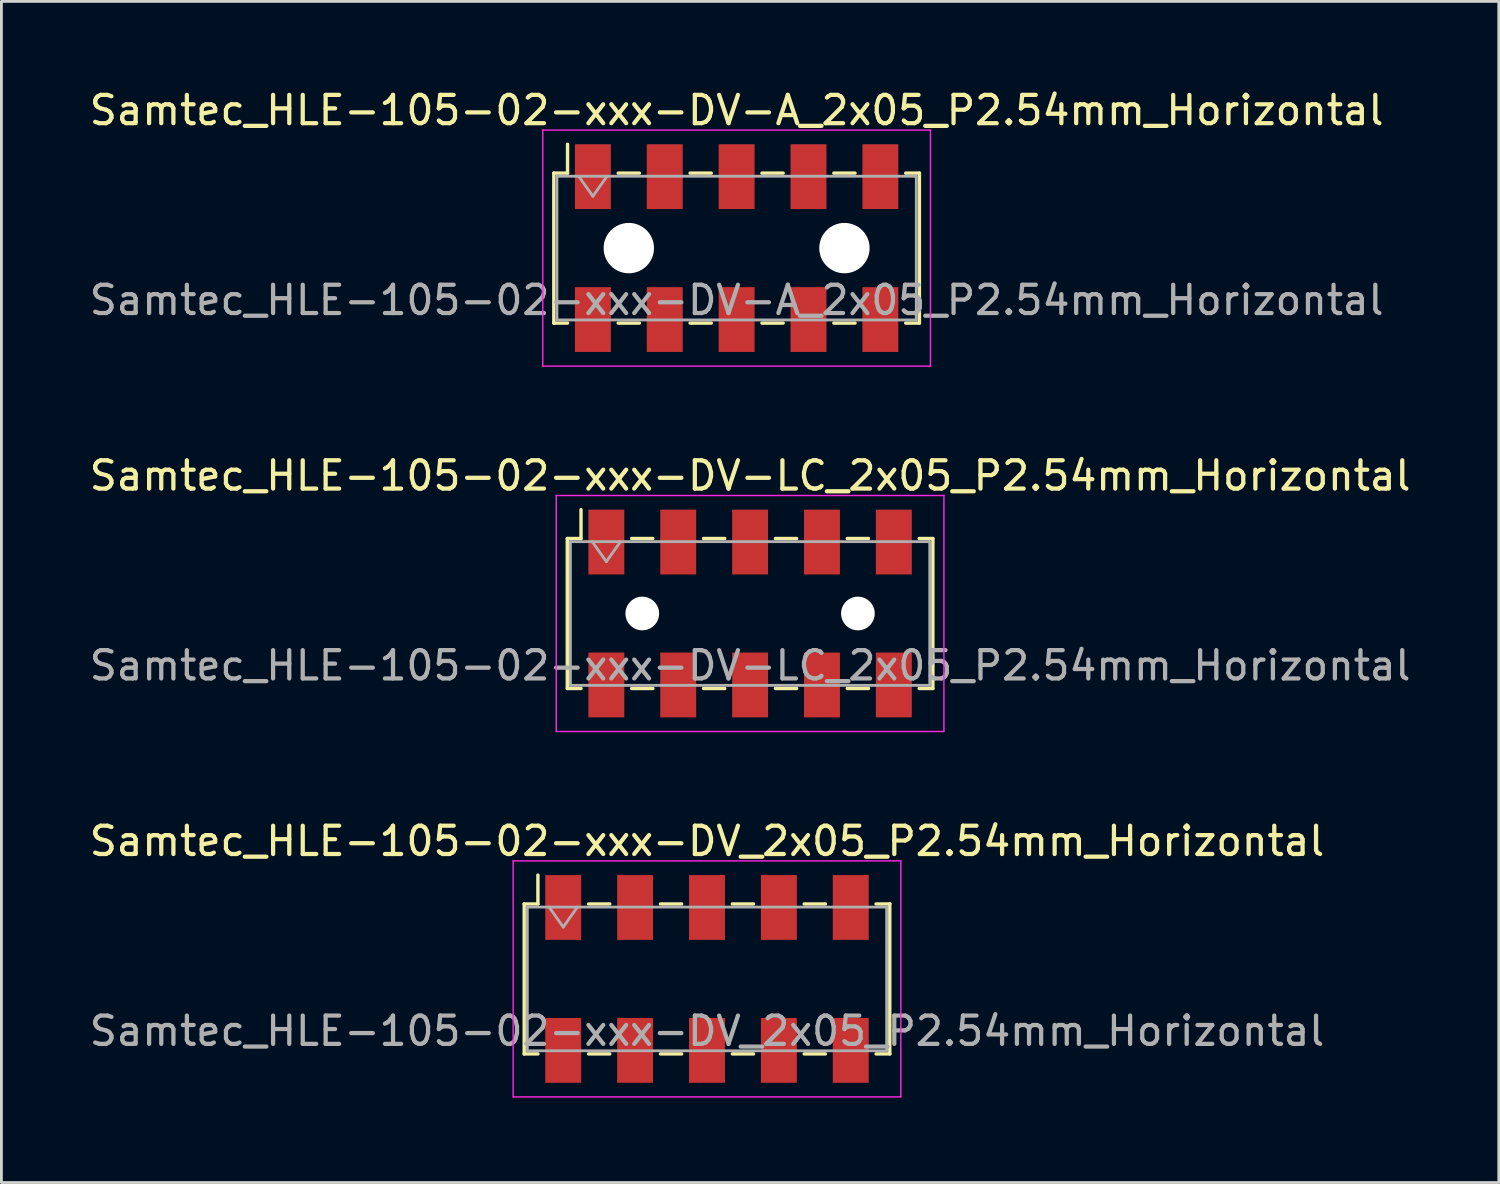
<source format=kicad_pcb>
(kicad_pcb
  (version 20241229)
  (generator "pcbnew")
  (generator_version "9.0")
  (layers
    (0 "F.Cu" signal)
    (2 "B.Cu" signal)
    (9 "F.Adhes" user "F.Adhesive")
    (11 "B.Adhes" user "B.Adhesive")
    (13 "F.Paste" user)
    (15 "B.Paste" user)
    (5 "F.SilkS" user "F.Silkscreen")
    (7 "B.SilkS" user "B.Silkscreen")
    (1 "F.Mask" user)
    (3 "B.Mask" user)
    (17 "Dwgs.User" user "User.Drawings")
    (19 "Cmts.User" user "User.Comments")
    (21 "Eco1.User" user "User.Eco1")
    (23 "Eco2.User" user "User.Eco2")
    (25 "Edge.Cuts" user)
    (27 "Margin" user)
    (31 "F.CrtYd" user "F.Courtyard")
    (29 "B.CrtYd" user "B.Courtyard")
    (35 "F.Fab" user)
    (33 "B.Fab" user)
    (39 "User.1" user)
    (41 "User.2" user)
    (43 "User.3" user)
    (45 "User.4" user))
  (footprint "Samtec_HLE-105-02-xxx-DV_2x05_P2.54mm_Horizontal"
    (layer "F.Cu")
    (at 21.935 31.545)
    (property "Reference" "Samtec_HLE-105-02-xxx-DV_2x05_P2.54mm_Horizontal" (at 0 -4.87 0) (layer "F.SilkS") (effects (font (size 1 1) (thickness 0.15))))
    (attr smd)
    (fp_line (start -6.46 -2.65) (end -6.46 2.65) (stroke (width 0.12) (type solid)) (layer "F.SilkS"))
    (fp_line (start -6.46 2.65) (end -5.975 2.65) (stroke (width 0.12) (type solid)) (layer "F.SilkS"))
    (fp_line (start -5.975 -3.67) (end -5.975 -2.65) (stroke (width 0.12) (type solid)) (layer "F.SilkS"))
    (fp_line (start -5.975 -2.65) (end -6.46 -2.65) (stroke (width 0.12) (type solid)) (layer "F.SilkS"))
    (fp_line (start -4.185 -2.65) (end -3.435 -2.65) (stroke (width 0.12) (type solid)) (layer "F.SilkS"))
    (fp_line (start -4.185 2.65) (end -3.435 2.65) (stroke (width 0.12) (type solid)) (layer "F.SilkS"))
    (fp_line (start -1.645 -2.65) (end -0.895 -2.65) (stroke (width 0.12) (type solid)) (layer "F.SilkS"))
    (fp_line (start -1.645 2.65) (end -0.895 2.65) (stroke (width 0.12) (type solid)) (layer "F.SilkS"))
    (fp_line (start 0.895 -2.65) (end 1.645 -2.65) (stroke (width 0.12) (type solid)) (layer "F.SilkS"))
    (fp_line (start 0.895 2.65) (end 1.645 2.65) (stroke (width 0.12) (type solid)) (layer "F.SilkS"))
    (fp_line (start 3.435 -2.65) (end 4.185 -2.65) (stroke (width 0.12) (type solid)) (layer "F.SilkS"))
    (fp_line (start 3.435 2.65) (end 4.185 2.65) (stroke (width 0.12) (type solid)) (layer "F.SilkS"))
    (fp_line (start 5.975 -2.65) (end 6.46 -2.65) (stroke (width 0.12) (type solid)) (layer "F.SilkS"))
    (fp_line (start 6.46 -2.65) (end 6.46 2.65) (stroke (width 0.12) (type solid)) (layer "F.SilkS"))
    (fp_line (start 6.46 2.65) (end 5.975 2.65) (stroke (width 0.12) (type solid)) (layer "F.SilkS"))
    (fp_line (start -6.85 -4.17) (end 6.85 -4.17) (stroke (width 0.05) (type solid)) (layer "F.CrtYd"))
    (fp_line (start -6.85 4.17) (end -6.85 -4.17) (stroke (width 0.05) (type solid)) (layer "F.CrtYd"))
    (fp_line (start 6.85 -4.17) (end 6.85 4.17) (stroke (width 0.05) (type solid)) (layer "F.CrtYd"))
    (fp_line (start 6.85 4.17) (end -6.85 4.17) (stroke (width 0.05) (type solid)) (layer "F.CrtYd"))
    (fp_line (start -6.35 -2.54) (end 6.35 -2.54) (stroke (width 0.1) (type solid)) (layer "F.Fab"))
    (fp_line (start -6.35 2.54) (end -6.35 -2.54) (stroke (width 0.1) (type solid)) (layer "F.Fab"))
    (fp_line (start -5.58 -2.54) (end -5.08 -1.833) (stroke (width 0.1) (type solid)) (layer "F.Fab"))
    (fp_line (start -5.08 -1.833) (end -4.58 -2.54) (stroke (width 0.1) (type solid)) (layer "F.Fab"))
    (fp_line (start 6.35 -2.54) (end 6.35 2.54) (stroke (width 0.1) (type solid)) (layer "F.Fab"))
    (fp_line (start 6.35 2.54) (end -6.35 2.54) (stroke (width 0.1) (type solid)) (layer "F.Fab"))
    (fp_text user "${REFERENCE}" (at 0 1.84 0) (layer "F.Fab") (effects (font (size 1 1) (thickness 0.15))))
    (pad "1" smd rect (at -5.08 -2.525) (size 1.27 2.29) (layers "F.Cu" "F.Mask" "F.Paste"))
    (pad "2" smd rect (at -5.08 2.525) (size 1.27 2.29) (layers "F.Cu" "F.Mask" "F.Paste"))
    (pad "3" smd rect (at -2.54 -2.525) (size 1.27 2.29) (layers "F.Cu" "F.Mask" "F.Paste"))
    (pad "4" smd rect (at -2.54 2.525) (size 1.27 2.29) (layers "F.Cu" "F.Mask" "F.Paste"))
    (pad "5" smd rect (at 0 -2.525) (size 1.27 2.29) (layers "F.Cu" "F.Mask" "F.Paste"))
    (pad "6" smd rect (at 0 2.525) (size 1.27 2.29) (layers "F.Cu" "F.Mask" "F.Paste"))
    (pad "7" smd rect (at 2.54 -2.525) (size 1.27 2.29) (layers "F.Cu" "F.Mask" "F.Paste"))
    (pad "8" smd rect (at 2.54 2.525) (size 1.27 2.29) (layers "F.Cu" "F.Mask" "F.Paste"))
    (pad "9" smd rect (at 5.08 -2.525) (size 1.27 2.29) (layers "F.Cu" "F.Mask" "F.Paste"))
    (pad "10" smd rect (at 5.08 2.525) (size 1.27 2.29) (layers "F.Cu" "F.Mask" "F.Paste")))
  (footprint "Samtec_HLE-105-02-xxx-DV-A_2x05_P2.54mm_Horizontal"
    (layer "F.Cu")
    (at 22.982 5.718)
    (property "Reference" "Samtec_HLE-105-02-xxx-DV-A_2x05_P2.54mm_Horizontal" (at 0 -4.87 0) (layer "F.SilkS") (effects (font (size 1 1) (thickness 0.15))))
    (attr smd)
    (fp_line (start -6.46 -2.65) (end -6.46 2.65) (stroke (width 0.12) (type solid)) (layer "F.SilkS"))
    (fp_line (start -6.46 2.65) (end -5.975 2.65) (stroke (width 0.12) (type solid)) (layer "F.SilkS"))
    (fp_line (start -5.975 -3.67) (end -5.975 -2.65) (stroke (width 0.12) (type solid)) (layer "F.SilkS"))
    (fp_line (start -5.975 -2.65) (end -6.46 -2.65) (stroke (width 0.12) (type solid)) (layer "F.SilkS"))
    (fp_line (start -4.185 -2.65) (end -3.435 -2.65) (stroke (width 0.12) (type solid)) (layer "F.SilkS"))
    (fp_line (start -4.185 2.65) (end -3.435 2.65) (stroke (width 0.12) (type solid)) (layer "F.SilkS"))
    (fp_line (start -1.645 -2.65) (end -0.895 -2.65) (stroke (width 0.12) (type solid)) (layer "F.SilkS"))
    (fp_line (start -1.645 2.65) (end -0.895 2.65) (stroke (width 0.12) (type solid)) (layer "F.SilkS"))
    (fp_line (start 0.895 -2.65) (end 1.645 -2.65) (stroke (width 0.12) (type solid)) (layer "F.SilkS"))
    (fp_line (start 0.895 2.65) (end 1.645 2.65) (stroke (width 0.12) (type solid)) (layer "F.SilkS"))
    (fp_line (start 3.435 -2.65) (end 4.185 -2.65) (stroke (width 0.12) (type solid)) (layer "F.SilkS"))
    (fp_line (start 3.435 2.65) (end 4.185 2.65) (stroke (width 0.12) (type solid)) (layer "F.SilkS"))
    (fp_line (start 5.975 -2.65) (end 6.46 -2.65) (stroke (width 0.12) (type solid)) (layer "F.SilkS"))
    (fp_line (start 6.46 -2.65) (end 6.46 2.65) (stroke (width 0.12) (type solid)) (layer "F.SilkS"))
    (fp_line (start 6.46 2.65) (end 5.975 2.65) (stroke (width 0.12) (type solid)) (layer "F.SilkS"))
    (fp_line (start -6.85 -4.17) (end 6.85 -4.17) (stroke (width 0.05) (type solid)) (layer "F.CrtYd"))
    (fp_line (start -6.85 4.17) (end -6.85 -4.17) (stroke (width 0.05) (type solid)) (layer "F.CrtYd"))
    (fp_line (start 6.85 -4.17) (end 6.85 4.17) (stroke (width 0.05) (type solid)) (layer "F.CrtYd"))
    (fp_line (start 6.85 4.17) (end -6.85 4.17) (stroke (width 0.05) (type solid)) (layer "F.CrtYd"))
    (fp_line (start -6.35 -2.54) (end 6.35 -2.54) (stroke (width 0.1) (type solid)) (layer "F.Fab"))
    (fp_line (start -6.35 2.54) (end -6.35 -2.54) (stroke (width 0.1) (type solid)) (layer "F.Fab"))
    (fp_line (start -5.58 -2.54) (end -5.08 -1.833) (stroke (width 0.1) (type solid)) (layer "F.Fab"))
    (fp_line (start -5.08 -1.833) (end -4.58 -2.54) (stroke (width 0.1) (type solid)) (layer "F.Fab"))
    (fp_line (start 6.35 -2.54) (end 6.35 2.54) (stroke (width 0.1) (type solid)) (layer "F.Fab"))
    (fp_line (start 6.35 2.54) (end -6.35 2.54) (stroke (width 0.1) (type solid)) (layer "F.Fab"))
    (fp_text user "${REFERENCE}" (at 0 1.84 0) (layer "F.Fab") (effects (font (size 1 1) (thickness 0.15))))
    (pad "" np_thru_hole circle (at -3.81 0) (size 1.78 1.78) (drill 1.78) (layers "*.Cu" "*.Mask"))
    (pad "" np_thru_hole circle (at 3.81 0) (size 1.78 1.78) (drill 1.78) (layers "*.Cu" "*.Mask"))
    (pad "1" smd rect (at -5.08 -2.525) (size 1.27 2.29) (layers "F.Cu" "F.Mask" "F.Paste"))
    (pad "2" smd rect (at -5.08 2.525) (size 1.27 2.29) (layers "F.Cu" "F.Mask" "F.Paste"))
    (pad "3" smd rect (at -2.54 -2.525) (size 1.27 2.29) (layers "F.Cu" "F.Mask" "F.Paste"))
    (pad "4" smd rect (at -2.54 2.525) (size 1.27 2.29) (layers "F.Cu" "F.Mask" "F.Paste"))
    (pad "5" smd rect (at 0 -2.525) (size 1.27 2.29) (layers "F.Cu" "F.Mask" "F.Paste"))
    (pad "6" smd rect (at 0 2.525) (size 1.27 2.29) (layers "F.Cu" "F.Mask" "F.Paste"))
    (pad "7" smd rect (at 2.54 -2.525) (size 1.27 2.29) (layers "F.Cu" "F.Mask" "F.Paste"))
    (pad "8" smd rect (at 2.54 2.525) (size 1.27 2.29) (layers "F.Cu" "F.Mask" "F.Paste"))
    (pad "9" smd rect (at 5.08 -2.525) (size 1.27 2.29) (layers "F.Cu" "F.Mask" "F.Paste"))
    (pad "10" smd rect (at 5.08 2.525) (size 1.27 2.29) (layers "F.Cu" "F.Mask" "F.Paste")))
  (footprint "Samtec_HLE-105-02-xxx-DV-LC_2x05_P2.54mm_Horizontal"
    (layer "F.Cu")
    (at 23.458 18.631)
    (property "Reference" "Samtec_HLE-105-02-xxx-DV-LC_2x05_P2.54mm_Horizontal" (at 0 -4.87 0) (layer "F.SilkS") (effects (font (size 1 1) (thickness 0.15))))
    (attr smd)
    (fp_line (start -6.46 -2.65) (end -6.46 2.65) (stroke (width 0.12) (type solid)) (layer "F.SilkS"))
    (fp_line (start -6.46 2.65) (end -5.975 2.65) (stroke (width 0.12) (type solid)) (layer "F.SilkS"))
    (fp_line (start -5.975 -3.67) (end -5.975 -2.65) (stroke (width 0.12) (type solid)) (layer "F.SilkS"))
    (fp_line (start -5.975 -2.65) (end -6.46 -2.65) (stroke (width 0.12) (type solid)) (layer "F.SilkS"))
    (fp_line (start -4.185 -2.65) (end -3.435 -2.65) (stroke (width 0.12) (type solid)) (layer "F.SilkS"))
    (fp_line (start -4.185 2.65) (end -3.435 2.65) (stroke (width 0.12) (type solid)) (layer "F.SilkS"))
    (fp_line (start -1.645 -2.65) (end -0.895 -2.65) (stroke (width 0.12) (type solid)) (layer "F.SilkS"))
    (fp_line (start -1.645 2.65) (end -0.895 2.65) (stroke (width 0.12) (type solid)) (layer "F.SilkS"))
    (fp_line (start 0.895 -2.65) (end 1.645 -2.65) (stroke (width 0.12) (type solid)) (layer "F.SilkS"))
    (fp_line (start 0.895 2.65) (end 1.645 2.65) (stroke (width 0.12) (type solid)) (layer "F.SilkS"))
    (fp_line (start 3.435 -2.65) (end 4.185 -2.65) (stroke (width 0.12) (type solid)) (layer "F.SilkS"))
    (fp_line (start 3.435 2.65) (end 4.185 2.65) (stroke (width 0.12) (type solid)) (layer "F.SilkS"))
    (fp_line (start 5.975 -2.65) (end 6.46 -2.65) (stroke (width 0.12) (type solid)) (layer "F.SilkS"))
    (fp_line (start 6.46 -2.65) (end 6.46 2.65) (stroke (width 0.12) (type solid)) (layer "F.SilkS"))
    (fp_line (start 6.46 2.65) (end 5.975 2.65) (stroke (width 0.12) (type solid)) (layer "F.SilkS"))
    (fp_line (start -6.85 -4.17) (end 6.85 -4.17) (stroke (width 0.05) (type solid)) (layer "F.CrtYd"))
    (fp_line (start -6.85 4.17) (end -6.85 -4.17) (stroke (width 0.05) (type solid)) (layer "F.CrtYd"))
    (fp_line (start 6.85 -4.17) (end 6.85 4.17) (stroke (width 0.05) (type solid)) (layer "F.CrtYd"))
    (fp_line (start 6.85 4.17) (end -6.85 4.17) (stroke (width 0.05) (type solid)) (layer "F.CrtYd"))
    (fp_line (start -6.35 -2.54) (end 6.35 -2.54) (stroke (width 0.1) (type solid)) (layer "F.Fab"))
    (fp_line (start -6.35 2.54) (end -6.35 -2.54) (stroke (width 0.1) (type solid)) (layer "F.Fab"))
    (fp_line (start -5.58 -2.54) (end -5.08 -1.833) (stroke (width 0.1) (type solid)) (layer "F.Fab"))
    (fp_line (start -5.08 -1.833) (end -4.58 -2.54) (stroke (width 0.1) (type solid)) (layer "F.Fab"))
    (fp_line (start 6.35 -2.54) (end 6.35 2.54) (stroke (width 0.1) (type solid)) (layer "F.Fab"))
    (fp_line (start 6.35 2.54) (end -6.35 2.54) (stroke (width 0.1) (type solid)) (layer "F.Fab"))
    (fp_text user "${REFERENCE}" (at 0 1.84 0) (layer "F.Fab") (effects (font (size 1 1) (thickness 0.15))))
    (pad "" np_thru_hole circle (at -3.81 0) (size 1.19 1.19) (drill 1.19) (layers "*.Cu" "*.Mask"))
    (pad "" np_thru_hole circle (at 3.81 0) (size 1.19 1.19) (drill 1.19) (layers "*.Cu" "*.Mask"))
    (pad "1" smd rect (at -5.08 -2.525) (size 1.27 2.29) (layers "F.Cu" "F.Mask" "F.Paste"))
    (pad "2" smd rect (at -5.08 2.525) (size 1.27 2.29) (layers "F.Cu" "F.Mask" "F.Paste"))
    (pad "3" smd rect (at -2.54 -2.525) (size 1.27 2.29) (layers "F.Cu" "F.Mask" "F.Paste"))
    (pad "4" smd rect (at -2.54 2.525) (size 1.27 2.29) (layers "F.Cu" "F.Mask" "F.Paste"))
    (pad "5" smd rect (at 0 -2.525) (size 1.27 2.29) (layers "F.Cu" "F.Mask" "F.Paste"))
    (pad "6" smd rect (at 0 2.525) (size 1.27 2.29) (layers "F.Cu" "F.Mask" "F.Paste"))
    (pad "7" smd rect (at 2.54 -2.525) (size 1.27 2.29) (layers "F.Cu" "F.Mask" "F.Paste"))
    (pad "8" smd rect (at 2.54 2.525) (size 1.27 2.29) (layers "F.Cu" "F.Mask" "F.Paste"))
    (pad "9" smd rect (at 5.08 -2.525) (size 1.27 2.29) (layers "F.Cu" "F.Mask" "F.Paste"))
    (pad "10" smd rect (at 5.08 2.525) (size 1.27 2.29) (layers "F.Cu" "F.Mask" "F.Paste")))
  (gr_rect
    (start -3 -3)
    (end 49.917 38.74)
    (stroke (width 0.1) (type default))
    (fill no)
    (layer "Edge.Cuts")))
</source>
